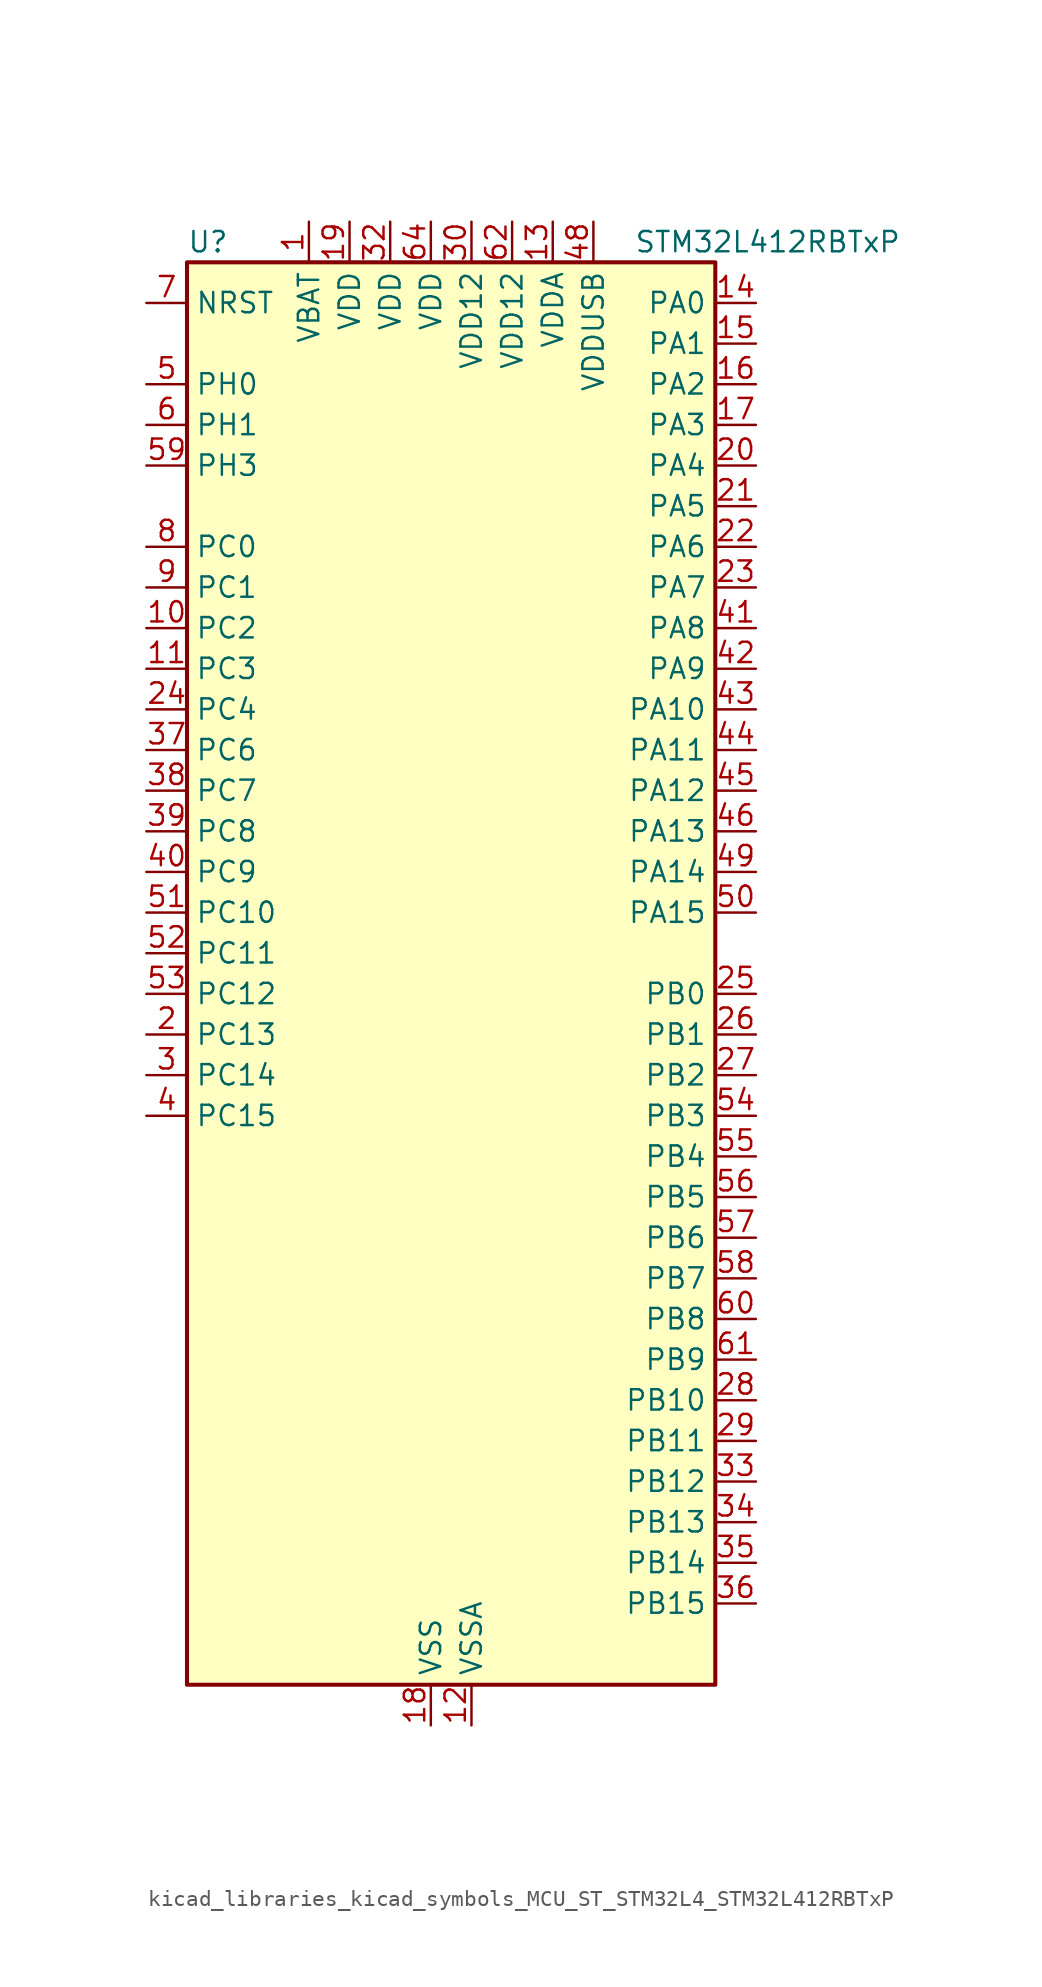
<source format=kicad_sym>
(kicad_symbol_lib
  (version 20220914)
  (generator kicad_symbol_editor)
  (symbol "kicad_libraries_kicad_symbols_MCU_ST_STM32L4_STM32L412RBTxP"
    (property "Reference" "U"
      (at -15.24 46.99 0)
      (effects (font (size 1.27 1.27)) (justify left)))
    (property "Value" "STM32L412RBTxP"
      (at 12.7 46.99 0)
      (effects (font (size 1.27 1.27)) (justify left)))
    (property "ki_locked" ""
      (at 0 0 0)
      (effects (font (size 1.27 1.27))))
    (symbol "kicad_libraries_kicad_symbols_MCU_ST_STM32L4_STM32L412RBTxP_0_1"
      (rectangle (start -15.24 -43.18) (end 17.78 45.72) (stroke (width 0.254) (type default)) (fill (type background))))
    (symbol "kicad_libraries_kicad_symbols_MCU_ST_STM32L4_STM32L412RBTxP_1_1"
      (pin power_in line (at -7.62 48.26 270) (length 2.54) (name "VBAT" (effects (font (size 1.27 1.27)))) (number "1" (effects (font (size 1.27 1.27)))))
      (pin bidirectional line (at -17.78 22.86 0) (length 2.54) (name "PC2" (effects (font (size 1.27 1.27)))) (number "10" (effects (font (size 1.27 1.27)))) (alternate "ADC1_IN3" bidirectional line) (alternate "ADC2_IN3" bidirectional line) (alternate "LPTIM1_IN2" bidirectional line) (alternate "SPI2_MISO" bidirectional line))
      (pin bidirectional line (at -17.78 20.32 0) (length 2.54) (name "PC3" (effects (font (size 1.27 1.27)))) (number "11" (effects (font (size 1.27 1.27)))) (alternate "ADC1_IN4" bidirectional line) (alternate "ADC2_IN4" bidirectional line) (alternate "LPTIM1_ETR" bidirectional line) (alternate "LPTIM2_ETR" bidirectional line) (alternate "SPI2_MOSI" bidirectional line))
      (pin power_in line (at 2.54 -45.72 90) (length 2.54) (name "VSSA" (effects (font (size 1.27 1.27)))) (number "12" (effects (font (size 1.27 1.27)))))
      (pin power_in line (at 7.62 48.26 270) (length 2.54) (name "VDDA" (effects (font (size 1.27 1.27)))) (number "13" (effects (font (size 1.27 1.27)))))
      (pin bidirectional line (at 20.32 43.18 180) (length 2.54) (name "PA0" (effects (font (size 1.27 1.27)))) (number "14" (effects (font (size 1.27 1.27)))) (alternate "ADC1_IN5" bidirectional line) (alternate "COMP1_INM" bidirectional line) (alternate "COMP1_OUT" bidirectional line) (alternate "OPAMP1_VINP" bidirectional line) (alternate "RTC_TAMP2" bidirectional line) (alternate "SYS_WKUP1" bidirectional line) (alternate "TIM2_CH1" bidirectional line) (alternate "TIM2_ETR" bidirectional line) (alternate "USART2_CTS" bidirectional line))
      (pin bidirectional line (at 20.32 40.64 180) (length 2.54) (name "PA1" (effects (font (size 1.27 1.27)))) (number "15" (effects (font (size 1.27 1.27)))) (alternate "ADC1_IN6" bidirectional line) (alternate "COMP1_INP" bidirectional line) (alternate "I2C1_SMBA" bidirectional line) (alternate "OPAMP1_VINM" bidirectional line) (alternate "SPI1_SCK" bidirectional line) (alternate "TIM15_CH1N" bidirectional line) (alternate "TIM2_CH2" bidirectional line) (alternate "USART2_DE" bidirectional line) (alternate "USART2_RTS" bidirectional line))
      (pin bidirectional line (at 20.32 38.1 180) (length 2.54) (name "PA2" (effects (font (size 1.27 1.27)))) (number "16" (effects (font (size 1.27 1.27)))) (alternate "ADC1_IN7" bidirectional line) (alternate "ADC2_IN7" bidirectional line) (alternate "LPUART1_TX" bidirectional line) (alternate "QUADSPI_BK1_NCS" bidirectional line) (alternate "RCC_LSCO" bidirectional line) (alternate "SYS_WKUP4" bidirectional line) (alternate "TIM15_CH1" bidirectional line) (alternate "TIM2_CH3" bidirectional line) (alternate "USART2_TX" bidirectional line))
      (pin bidirectional line (at 20.32 35.56 180) (length 2.54) (name "PA3" (effects (font (size 1.27 1.27)))) (number "17" (effects (font (size 1.27 1.27)))) (alternate "ADC1_IN8" bidirectional line) (alternate "ADC2_IN8" bidirectional line) (alternate "LPUART1_RX" bidirectional line) (alternate "OPAMP1_VOUT" bidirectional line) (alternate "QUADSPI_CLK" bidirectional line) (alternate "TIM15_CH2" bidirectional line) (alternate "TIM2_CH4" bidirectional line) (alternate "USART2_RX" bidirectional line))
      (pin power_in line (at 0 -45.72 90) (length 2.54) (name "VSS" (effects (font (size 1.27 1.27)))) (number "18" (effects (font (size 1.27 1.27)))))
      (pin power_in line (at -5.08 48.26 270) (length 2.54) (name "VDD" (effects (font (size 1.27 1.27)))) (number "19" (effects (font (size 1.27 1.27)))))
      (pin bidirectional line (at -17.78 -2.54 0) (length 2.54) (name "PC13" (effects (font (size 1.27 1.27)))) (number "2" (effects (font (size 1.27 1.27)))) (alternate "RTC_OUT_ALARM" bidirectional line) (alternate "RTC_OUT_CALIB" bidirectional line) (alternate "RTC_TAMP1" bidirectional line) (alternate "RTC_TS" bidirectional line) (alternate "SYS_WKUP2" bidirectional line))
      (pin bidirectional line (at 20.32 33.02 180) (length 2.54) (name "PA4" (effects (font (size 1.27 1.27)))) (number "20" (effects (font (size 1.27 1.27)))) (alternate "ADC1_IN9" bidirectional line) (alternate "ADC2_IN9" bidirectional line) (alternate "COMP1_INM" bidirectional line) (alternate "LPTIM2_OUT" bidirectional line) (alternate "SPI1_NSS" bidirectional line) (alternate "USART2_CK" bidirectional line))
      (pin bidirectional line (at 20.32 30.48 180) (length 2.54) (name "PA5" (effects (font (size 1.27 1.27)))) (number "21" (effects (font (size 1.27 1.27)))) (alternate "ADC1_IN10" bidirectional line) (alternate "ADC2_IN10" bidirectional line) (alternate "COMP1_INM" bidirectional line) (alternate "LPTIM2_ETR" bidirectional line) (alternate "SPI1_SCK" bidirectional line) (alternate "TIM2_CH1" bidirectional line) (alternate "TIM2_ETR" bidirectional line))
      (pin bidirectional line (at 20.32 27.94 180) (length 2.54) (name "PA6" (effects (font (size 1.27 1.27)))) (number "22" (effects (font (size 1.27 1.27)))) (alternate "ADC1_IN11" bidirectional line) (alternate "ADC2_IN11" bidirectional line) (alternate "COMP1_OUT" bidirectional line) (alternate "LPUART1_CTS" bidirectional line) (alternate "QUADSPI_BK1_IO3" bidirectional line) (alternate "SPI1_MISO" bidirectional line) (alternate "TIM16_CH1" bidirectional line) (alternate "TIM1_BKIN" bidirectional line) (alternate "USART3_CTS" bidirectional line))
      (pin bidirectional line (at 20.32 25.4 180) (length 2.54) (name "PA7" (effects (font (size 1.27 1.27)))) (number "23" (effects (font (size 1.27 1.27)))) (alternate "ADC1_IN12" bidirectional line) (alternate "ADC2_IN12" bidirectional line) (alternate "I2C3_SCL" bidirectional line) (alternate "QUADSPI_BK1_IO2" bidirectional line) (alternate "SPI1_MOSI" bidirectional line) (alternate "TIM1_CH1N" bidirectional line))
      (pin bidirectional line (at -17.78 17.78 0) (length 2.54) (name "PC4" (effects (font (size 1.27 1.27)))) (number "24" (effects (font (size 1.27 1.27)))) (alternate "ADC1_IN13" bidirectional line) (alternate "ADC2_IN13" bidirectional line) (alternate "COMP1_INM" bidirectional line) (alternate "USART3_TX" bidirectional line))
      (pin bidirectional line (at 20.32 0 180) (length 2.54) (name "PB0" (effects (font (size 1.27 1.27)))) (number "25" (effects (font (size 1.27 1.27)))) (alternate "ADC1_IN15" bidirectional line) (alternate "ADC2_IN15" bidirectional line) (alternate "COMP1_OUT" bidirectional line) (alternate "QUADSPI_BK1_IO1" bidirectional line) (alternate "SPI1_NSS" bidirectional line) (alternate "SYS_TRACED0" bidirectional line) (alternate "TIM1_CH2N" bidirectional line) (alternate "USART3_CK" bidirectional line))
      (pin bidirectional line (at 20.32 -2.54 180) (length 2.54) (name "PB1" (effects (font (size 1.27 1.27)))) (number "26" (effects (font (size 1.27 1.27)))) (alternate "ADC1_IN16" bidirectional line) (alternate "ADC2_IN16" bidirectional line) (alternate "COMP1_INM" bidirectional line) (alternate "LPTIM2_IN1" bidirectional line) (alternate "LPUART1_DE" bidirectional line) (alternate "LPUART1_RTS" bidirectional line) (alternate "QUADSPI_BK1_IO0" bidirectional line) (alternate "SYS_TRACED1" bidirectional line) (alternate "TIM1_CH3N" bidirectional line) (alternate "USART3_DE" bidirectional line) (alternate "USART3_RTS" bidirectional line))
      (pin bidirectional line (at 20.32 -5.08 180) (length 2.54) (name "PB2" (effects (font (size 1.27 1.27)))) (number "27" (effects (font (size 1.27 1.27)))) (alternate "COMP1_INP" bidirectional line) (alternate "I2C3_SMBA" bidirectional line) (alternate "LPTIM1_OUT" bidirectional line) (alternate "RTC_OUT_ALARM" bidirectional line) (alternate "RTC_OUT_CALIB" bidirectional line))
      (pin bidirectional line (at 20.32 -25.4 180) (length 2.54) (name "PB10" (effects (font (size 1.27 1.27)))) (number "28" (effects (font (size 1.27 1.27)))) (alternate "COMP1_OUT" bidirectional line) (alternate "I2C2_SCL" bidirectional line) (alternate "LPUART1_RX" bidirectional line) (alternate "QUADSPI_CLK" bidirectional line) (alternate "SPI2_SCK" bidirectional line) (alternate "TIM2_CH3" bidirectional line) (alternate "TSC_SYNC" bidirectional line) (alternate "USART3_TX" bidirectional line))
      (pin bidirectional line (at 20.32 -27.94 180) (length 2.54) (name "PB11" (effects (font (size 1.27 1.27)))) (number "29" (effects (font (size 1.27 1.27)))) (alternate "ADC1_EXTI11" bidirectional line) (alternate "ADC2_EXTI11" bidirectional line) (alternate "I2C2_SDA" bidirectional line) (alternate "LPUART1_TX" bidirectional line) (alternate "QUADSPI_BK1_NCS" bidirectional line) (alternate "TIM2_CH4" bidirectional line) (alternate "USART3_RX" bidirectional line))
      (pin bidirectional line (at -17.78 -5.08 0) (length 2.54) (name "PC14" (effects (font (size 1.27 1.27)))) (number "3" (effects (font (size 1.27 1.27)))) (alternate "RCC_OSC32_IN" bidirectional line))
      (pin power_in line (at 2.54 48.26 270) (length 2.54) (name "VDD12" (effects (font (size 1.27 1.27)))) (number "30" (effects (font (size 1.27 1.27)))))
      (pin passive line (at 0 -45.72 90) (length 2.54) hide (name "VSS" (effects (font (size 1.27 1.27)))) (number "31" (effects (font (size 1.27 1.27)))))
      (pin power_in line (at -2.54 48.26 270) (length 2.54) (name "VDD" (effects (font (size 1.27 1.27)))) (number "32" (effects (font (size 1.27 1.27)))))
      (pin bidirectional line (at 20.32 -30.48 180) (length 2.54) (name "PB12" (effects (font (size 1.27 1.27)))) (number "33" (effects (font (size 1.27 1.27)))) (alternate "I2C2_SMBA" bidirectional line) (alternate "LPUART1_DE" bidirectional line) (alternate "LPUART1_RTS" bidirectional line) (alternate "SPI2_NSS" bidirectional line) (alternate "TIM15_BKIN" bidirectional line) (alternate "TIM1_BKIN" bidirectional line) (alternate "TSC_G1_IO1" bidirectional line) (alternate "USART3_CK" bidirectional line))
      (pin bidirectional line (at 20.32 -33.02 180) (length 2.54) (name "PB13" (effects (font (size 1.27 1.27)))) (number "34" (effects (font (size 1.27 1.27)))) (alternate "I2C2_SCL" bidirectional line) (alternate "LPUART1_CTS" bidirectional line) (alternate "SPI2_SCK" bidirectional line) (alternate "TIM15_CH1N" bidirectional line) (alternate "TIM1_CH1N" bidirectional line) (alternate "TSC_G1_IO2" bidirectional line) (alternate "USART3_CTS" bidirectional line))
      (pin bidirectional line (at 20.32 -35.56 180) (length 2.54) (name "PB14" (effects (font (size 1.27 1.27)))) (number "35" (effects (font (size 1.27 1.27)))) (alternate "I2C2_SDA" bidirectional line) (alternate "SPI2_MISO" bidirectional line) (alternate "TIM15_CH1" bidirectional line) (alternate "TIM1_CH2N" bidirectional line) (alternate "TSC_G1_IO3" bidirectional line) (alternate "USART3_DE" bidirectional line) (alternate "USART3_RTS" bidirectional line))
      (pin bidirectional line (at 20.32 -38.1 180) (length 2.54) (name "PB15" (effects (font (size 1.27 1.27)))) (number "36" (effects (font (size 1.27 1.27)))) (alternate "ADC1_EXTI15" bidirectional line) (alternate "ADC2_EXTI15" bidirectional line) (alternate "RTC_REFIN" bidirectional line) (alternate "SPI2_MOSI" bidirectional line) (alternate "TIM15_CH2" bidirectional line) (alternate "TIM1_CH3N" bidirectional line) (alternate "TSC_G1_IO4" bidirectional line))
      (pin bidirectional line (at -17.78 15.24 0) (length 2.54) (name "PC6" (effects (font (size 1.27 1.27)))) (number "37" (effects (font (size 1.27 1.27)))) (alternate "TSC_G4_IO1" bidirectional line))
      (pin bidirectional line (at -17.78 12.7 0) (length 2.54) (name "PC7" (effects (font (size 1.27 1.27)))) (number "38" (effects (font (size 1.27 1.27)))) (alternate "TSC_G4_IO2" bidirectional line))
      (pin bidirectional line (at -17.78 10.16 0) (length 2.54) (name "PC8" (effects (font (size 1.27 1.27)))) (number "39" (effects (font (size 1.27 1.27)))) (alternate "TSC_G4_IO3" bidirectional line))
      (pin bidirectional line (at -17.78 -7.62 0) (length 2.54) (name "PC15" (effects (font (size 1.27 1.27)))) (number "4" (effects (font (size 1.27 1.27)))) (alternate "ADC1_EXTI15" bidirectional line) (alternate "ADC2_EXTI15" bidirectional line) (alternate "RCC_OSC32_OUT" bidirectional line))
      (pin bidirectional line (at -17.78 7.62 0) (length 2.54) (name "PC9" (effects (font (size 1.27 1.27)))) (number "40" (effects (font (size 1.27 1.27)))) (alternate "TSC_G4_IO4" bidirectional line) (alternate "USB_NOE" bidirectional line))
      (pin bidirectional line (at 20.32 22.86 180) (length 2.54) (name "PA8" (effects (font (size 1.27 1.27)))) (number "41" (effects (font (size 1.27 1.27)))) (alternate "LPTIM2_OUT" bidirectional line) (alternate "RCC_MCO" bidirectional line) (alternate "TIM1_CH1" bidirectional line) (alternate "USART1_CK" bidirectional line))
      (pin bidirectional line (at 20.32 20.32 180) (length 2.54) (name "PA9" (effects (font (size 1.27 1.27)))) (number "42" (effects (font (size 1.27 1.27)))) (alternate "I2C1_SCL" bidirectional line) (alternate "TIM15_BKIN" bidirectional line) (alternate "TIM1_CH2" bidirectional line) (alternate "USART1_TX" bidirectional line))
      (pin bidirectional line (at 20.32 17.78 180) (length 2.54) (name "PA10" (effects (font (size 1.27 1.27)))) (number "43" (effects (font (size 1.27 1.27)))) (alternate "CRS_SYNC" bidirectional line) (alternate "I2C1_SDA" bidirectional line) (alternate "TIM1_CH3" bidirectional line) (alternate "USART1_RX" bidirectional line))
      (pin bidirectional line (at 20.32 15.24 180) (length 2.54) (name "PA11" (effects (font (size 1.27 1.27)))) (number "44" (effects (font (size 1.27 1.27)))) (alternate "ADC1_EXTI11" bidirectional line) (alternate "ADC2_EXTI11" bidirectional line) (alternate "COMP1_OUT" bidirectional line) (alternate "SPI1_MISO" bidirectional line) (alternate "TIM1_BKIN2" bidirectional line) (alternate "TIM1_BKIN2_COMP1" bidirectional line) (alternate "TIM1_CH4" bidirectional line) (alternate "USART1_CTS" bidirectional line) (alternate "USB_DM" bidirectional line))
      (pin bidirectional line (at 20.32 12.7 180) (length 2.54) (name "PA12" (effects (font (size 1.27 1.27)))) (number "45" (effects (font (size 1.27 1.27)))) (alternate "SPI1_MOSI" bidirectional line) (alternate "TIM1_ETR" bidirectional line) (alternate "USART1_DE" bidirectional line) (alternate "USART1_RTS" bidirectional line) (alternate "USB_DP" bidirectional line))
      (pin bidirectional line (at 20.32 10.16 180) (length 2.54) (name "PA13" (effects (font (size 1.27 1.27)))) (number "46" (effects (font (size 1.27 1.27)))) (alternate "IR_OUT" bidirectional line) (alternate "SYS_JTMS-SWDIO" bidirectional line) (alternate "USB_NOE" bidirectional line))
      (pin passive line (at 0 -45.72 90) (length 2.54) hide (name "VSS" (effects (font (size 1.27 1.27)))) (number "47" (effects (font (size 1.27 1.27)))))
      (pin power_in line (at 10.16 48.26 270) (length 2.54) (name "VDDUSB" (effects (font (size 1.27 1.27)))) (number "48" (effects (font (size 1.27 1.27)))))
      (pin bidirectional line (at 20.32 7.62 180) (length 2.54) (name "PA14" (effects (font (size 1.27 1.27)))) (number "49" (effects (font (size 1.27 1.27)))) (alternate "I2C1_SMBA" bidirectional line) (alternate "LPTIM1_OUT" bidirectional line) (alternate "SYS_JTCK-SWCLK" bidirectional line))
      (pin bidirectional line (at -17.78 38.1 0) (length 2.54) (name "PH0" (effects (font (size 1.27 1.27)))) (number "5" (effects (font (size 1.27 1.27)))) (alternate "RCC_OSC_IN" bidirectional line))
      (pin bidirectional line (at 20.32 5.08 180) (length 2.54) (name "PA15" (effects (font (size 1.27 1.27)))) (number "50" (effects (font (size 1.27 1.27)))) (alternate "ADC1_EXTI15" bidirectional line) (alternate "ADC2_EXTI15" bidirectional line) (alternate "SPI1_NSS" bidirectional line) (alternate "SYS_JTDI" bidirectional line) (alternate "TIM2_CH1" bidirectional line) (alternate "TIM2_ETR" bidirectional line) (alternate "TSC_G3_IO1" bidirectional line) (alternate "USART2_RX" bidirectional line) (alternate "USART3_DE" bidirectional line) (alternate "USART3_RTS" bidirectional line))
      (pin bidirectional line (at -17.78 5.08 0) (length 2.54) (name "PC10" (effects (font (size 1.27 1.27)))) (number "51" (effects (font (size 1.27 1.27)))) (alternate "SYS_TRACED1" bidirectional line) (alternate "TSC_G3_IO2" bidirectional line) (alternate "USART3_TX" bidirectional line))
      (pin bidirectional line (at -17.78 2.54 0) (length 2.54) (name "PC11" (effects (font (size 1.27 1.27)))) (number "52" (effects (font (size 1.27 1.27)))) (alternate "ADC1_EXTI11" bidirectional line) (alternate "ADC2_EXTI11" bidirectional line) (alternate "TSC_G3_IO3" bidirectional line) (alternate "USART3_RX" bidirectional line))
      (pin bidirectional line (at -17.78 0 0) (length 2.54) (name "PC12" (effects (font (size 1.27 1.27)))) (number "53" (effects (font (size 1.27 1.27)))) (alternate "SYS_TRACED3" bidirectional line) (alternate "TSC_G3_IO4" bidirectional line) (alternate "USART3_CK" bidirectional line))
      (pin bidirectional line (at 20.32 -7.62 180) (length 2.54) (name "PB3" (effects (font (size 1.27 1.27)))) (number "54" (effects (font (size 1.27 1.27)))) (alternate "SPI1_SCK" bidirectional line) (alternate "SYS_JTDO-SWO" bidirectional line) (alternate "TIM2_CH2" bidirectional line) (alternate "USART1_DE" bidirectional line) (alternate "USART1_RTS" bidirectional line))
      (pin bidirectional line (at 20.32 -10.16 180) (length 2.54) (name "PB4" (effects (font (size 1.27 1.27)))) (number "55" (effects (font (size 1.27 1.27)))) (alternate "I2C3_SDA" bidirectional line) (alternate "SPI1_MISO" bidirectional line) (alternate "SYS_JTRST" bidirectional line) (alternate "TSC_G2_IO1" bidirectional line) (alternate "USART1_CTS" bidirectional line))
      (pin bidirectional line (at 20.32 -12.7 180) (length 2.54) (name "PB5" (effects (font (size 1.27 1.27)))) (number "56" (effects (font (size 1.27 1.27)))) (alternate "I2C1_SMBA" bidirectional line) (alternate "LPTIM1_IN1" bidirectional line) (alternate "SPI1_MOSI" bidirectional line) (alternate "SYS_TRACED2" bidirectional line) (alternate "TIM16_BKIN" bidirectional line) (alternate "TSC_G2_IO2" bidirectional line) (alternate "USART1_CK" bidirectional line))
      (pin bidirectional line (at 20.32 -15.24 180) (length 2.54) (name "PB6" (effects (font (size 1.27 1.27)))) (number "57" (effects (font (size 1.27 1.27)))) (alternate "I2C1_SCL" bidirectional line) (alternate "LPTIM1_ETR" bidirectional line) (alternate "SYS_TRACED3" bidirectional line) (alternate "TIM16_CH1N" bidirectional line) (alternate "TSC_G2_IO3" bidirectional line) (alternate "USART1_TX" bidirectional line))
      (pin bidirectional line (at 20.32 -17.78 180) (length 2.54) (name "PB7" (effects (font (size 1.27 1.27)))) (number "58" (effects (font (size 1.27 1.27)))) (alternate "I2C1_SDA" bidirectional line) (alternate "LPTIM1_IN2" bidirectional line) (alternate "SYS_PVD_IN" bidirectional line) (alternate "SYS_TRACECLK" bidirectional line) (alternate "TSC_G2_IO4" bidirectional line) (alternate "USART1_RX" bidirectional line))
      (pin bidirectional line (at -17.78 33.02 0) (length 2.54) (name "PH3" (effects (font (size 1.27 1.27)))) (number "59" (effects (font (size 1.27 1.27)))))
      (pin bidirectional line (at -17.78 35.56 0) (length 2.54) (name "PH1" (effects (font (size 1.27 1.27)))) (number "6" (effects (font (size 1.27 1.27)))) (alternate "RCC_OSC_OUT" bidirectional line))
      (pin bidirectional line (at 20.32 -20.32 180) (length 2.54) (name "PB8" (effects (font (size 1.27 1.27)))) (number "60" (effects (font (size 1.27 1.27)))) (alternate "I2C1_SCL" bidirectional line) (alternate "TIM16_CH1" bidirectional line))
      (pin bidirectional line (at 20.32 -22.86 180) (length 2.54) (name "PB9" (effects (font (size 1.27 1.27)))) (number "61" (effects (font (size 1.27 1.27)))) (alternate "I2C1_SDA" bidirectional line) (alternate "IR_OUT" bidirectional line) (alternate "SPI2_NSS" bidirectional line))
      (pin power_in line (at 5.08 48.26 270) (length 2.54) (name "VDD12" (effects (font (size 1.27 1.27)))) (number "62" (effects (font (size 1.27 1.27)))))
      (pin passive line (at 0 -45.72 90) (length 2.54) hide (name "VSS" (effects (font (size 1.27 1.27)))) (number "63" (effects (font (size 1.27 1.27)))))
      (pin power_in line (at 0 48.26 270) (length 2.54) (name "VDD" (effects (font (size 1.27 1.27)))) (number "64" (effects (font (size 1.27 1.27)))))
      (pin input line (at -17.78 43.18 0) (length 2.54) (name "NRST" (effects (font (size 1.27 1.27)))) (number "7" (effects (font (size 1.27 1.27)))))
      (pin bidirectional line (at -17.78 27.94 0) (length 2.54) (name "PC0" (effects (font (size 1.27 1.27)))) (number "8" (effects (font (size 1.27 1.27)))) (alternate "ADC1_IN1" bidirectional line) (alternate "ADC2_IN1" bidirectional line) (alternate "I2C3_SCL" bidirectional line) (alternate "LPTIM1_IN1" bidirectional line) (alternate "LPTIM2_IN1" bidirectional line) (alternate "LPUART1_RX" bidirectional line) (alternate "SYS_TRACECLK" bidirectional line))
      (pin bidirectional line (at -17.78 25.4 0) (length 2.54) (name "PC1" (effects (font (size 1.27 1.27)))) (number "9" (effects (font (size 1.27 1.27)))) (alternate "ADC1_IN2" bidirectional line) (alternate "ADC2_IN2" bidirectional line) (alternate "I2C3_SDA" bidirectional line) (alternate "LPTIM1_OUT" bidirectional line) (alternate "LPUART1_TX" bidirectional line) (alternate "SYS_TRACED0" bidirectional line)))))
</source>
